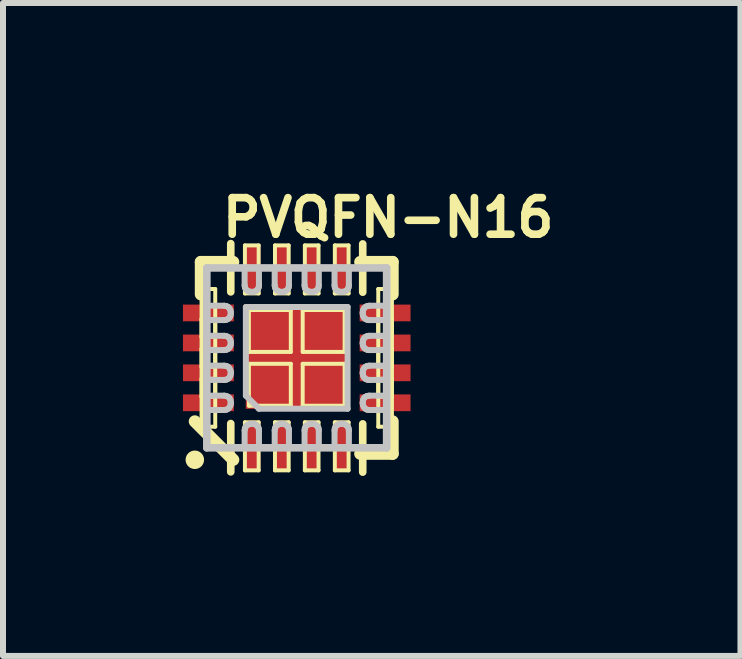
<source format=kicad_pcb>
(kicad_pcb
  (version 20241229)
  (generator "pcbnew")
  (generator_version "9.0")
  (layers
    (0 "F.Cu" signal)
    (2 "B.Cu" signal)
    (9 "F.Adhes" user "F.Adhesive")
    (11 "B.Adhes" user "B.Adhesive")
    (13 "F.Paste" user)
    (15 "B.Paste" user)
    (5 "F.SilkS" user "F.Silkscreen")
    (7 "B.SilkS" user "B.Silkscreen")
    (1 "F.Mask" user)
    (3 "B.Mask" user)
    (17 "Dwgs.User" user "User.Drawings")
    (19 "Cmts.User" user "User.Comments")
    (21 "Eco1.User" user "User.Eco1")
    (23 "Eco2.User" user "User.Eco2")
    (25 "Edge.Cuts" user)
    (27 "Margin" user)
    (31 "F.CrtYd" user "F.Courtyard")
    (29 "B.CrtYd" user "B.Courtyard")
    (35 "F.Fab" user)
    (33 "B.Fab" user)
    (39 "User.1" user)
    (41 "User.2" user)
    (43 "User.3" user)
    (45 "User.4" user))
  (footprint "PVQFN-N16"
    (layer "F.Cu")
    (at 1.897 2.916)
    (property "Reference" "PVQFN-N16" (at 1.524 -2.337 0) (layer "F.SilkS") (effects (font (size 0.61 0.61) (thickness 0.127))))
    (attr smd)
    (fp_line (start -1.699 1.059) (end -1.059 1.699) (stroke (width 0.203) (type solid)) (layer "F.SilkS"))
    (fp_line (start -1.598 -1.059) (end -1.598 -1.598) (stroke (width 0.203) (type solid)) (layer "F.SilkS"))
    (fp_line (start -1.587 -1.148) (end -1.359 -1.148) (stroke (width 0.066) (type solid)) (layer "F.SilkS"))
    (fp_line (start -1.587 -0.648) (end -1.359 -0.648) (stroke (width 0.066) (type solid)) (layer "F.SilkS"))
    (fp_line (start -1.587 -0.348) (end -1.587 -1.148) (stroke (width 0.066) (type solid)) (layer "F.SilkS"))
    (fp_line (start -1.587 -0.348) (end -1.359 -0.348) (stroke (width 0.066) (type solid)) (layer "F.SilkS"))
    (fp_line (start -1.587 -0.15) (end -1.359 -0.15) (stroke (width 0.066) (type solid)) (layer "F.SilkS"))
    (fp_line (start -1.587 0.15) (end -1.587 -0.648) (stroke (width 0.066) (type solid)) (layer "F.SilkS"))
    (fp_line (start -1.587 0.15) (end -1.359 0.15) (stroke (width 0.066) (type solid)) (layer "F.SilkS"))
    (fp_line (start -1.587 0.348) (end -1.359 0.348) (stroke (width 0.066) (type solid)) (layer "F.SilkS"))
    (fp_line (start -1.587 0.648) (end -1.587 -0.15) (stroke (width 0.066) (type solid)) (layer "F.SilkS"))
    (fp_line (start -1.587 0.648) (end -1.359 0.648) (stroke (width 0.066) (type solid)) (layer "F.SilkS"))
    (fp_line (start -1.587 1.148) (end -1.587 0.348) (stroke (width 0.066) (type solid)) (layer "F.SilkS"))
    (fp_line (start -1.587 1.148) (end -1.359 1.148) (stroke (width 0.066) (type solid)) (layer "F.SilkS"))
    (fp_line (start -1.359 -0.348) (end -1.359 -1.148) (stroke (width 0.066) (type solid)) (layer "F.SilkS"))
    (fp_line (start -1.359 0.15) (end -1.359 -0.648) (stroke (width 0.066) (type solid)) (layer "F.SilkS"))
    (fp_line (start -1.359 0.648) (end -1.359 -0.15) (stroke (width 0.066) (type solid)) (layer "F.SilkS"))
    (fp_line (start -1.359 1.148) (end -1.359 0.348) (stroke (width 0.066) (type solid)) (layer "F.SilkS"))
    (fp_line (start -1.1 -1.905) (end -1.1 -1.1) (stroke (width 0.127) (type solid)) (layer "F.SilkS"))
    (fp_line (start -1.1 1.095) (end -1.1 1.9) (stroke (width 0.127) (type solid)) (layer "F.SilkS"))
    (fp_line (start -1.059 -1.598) (end -1.598 -1.598) (stroke (width 0.203) (type solid)) (layer "F.SilkS"))
    (fp_line (start -0.864 -1.875) (end -0.635 -1.875) (stroke (width 0.066) (type solid)) (layer "F.SilkS"))
    (fp_line (start -0.864 -1.074) (end -0.864 -1.875) (stroke (width 0.066) (type solid)) (layer "F.SilkS"))
    (fp_line (start -0.864 -1.074) (end -0.635 -1.074) (stroke (width 0.066) (type solid)) (layer "F.SilkS"))
    (fp_line (start -0.864 1.074) (end -0.635 1.074) (stroke (width 0.066) (type solid)) (layer "F.SilkS"))
    (fp_line (start -0.864 1.875) (end -0.864 1.074) (stroke (width 0.066) (type solid)) (layer "F.SilkS"))
    (fp_line (start -0.864 1.875) (end -0.635 1.875) (stroke (width 0.066) (type solid)) (layer "F.SilkS"))
    (fp_line (start -0.798 -0.798) (end -0.099 -0.798) (stroke (width 0.066) (type solid)) (layer "F.SilkS"))
    (fp_line (start -0.798 -0.099) (end -0.798 -0.798) (stroke (width 0.066) (type solid)) (layer "F.SilkS"))
    (fp_line (start -0.798 -0.099) (end -0.099 -0.099) (stroke (width 0.066) (type solid)) (layer "F.SilkS"))
    (fp_line (start -0.798 0.099) (end -0.099 0.099) (stroke (width 0.066) (type solid)) (layer "F.SilkS"))
    (fp_line (start -0.798 0.798) (end -0.798 0.099) (stroke (width 0.066) (type solid)) (layer "F.SilkS"))
    (fp_line (start -0.798 0.798) (end -0.099 0.798) (stroke (width 0.066) (type solid)) (layer "F.SilkS"))
    (fp_line (start -0.635 -1.074) (end -0.635 -1.875) (stroke (width 0.066) (type solid)) (layer "F.SilkS"))
    (fp_line (start -0.635 1.875) (end -0.635 1.074) (stroke (width 0.066) (type solid)) (layer "F.SilkS"))
    (fp_line (start -0.363 -1.875) (end -0.135 -1.875) (stroke (width 0.066) (type solid)) (layer "F.SilkS"))
    (fp_line (start -0.363 -1.074) (end -0.363 -1.875) (stroke (width 0.066) (type solid)) (layer "F.SilkS"))
    (fp_line (start -0.363 -1.074) (end -0.135 -1.074) (stroke (width 0.066) (type solid)) (layer "F.SilkS"))
    (fp_line (start -0.363 1.074) (end -0.135 1.074) (stroke (width 0.066) (type solid)) (layer "F.SilkS"))
    (fp_line (start -0.363 1.875) (end -0.363 1.074) (stroke (width 0.066) (type solid)) (layer "F.SilkS"))
    (fp_line (start -0.363 1.875) (end -0.135 1.875) (stroke (width 0.066) (type solid)) (layer "F.SilkS"))
    (fp_line (start -0.135 -1.074) (end -0.135 -1.875) (stroke (width 0.066) (type solid)) (layer "F.SilkS"))
    (fp_line (start -0.135 1.875) (end -0.135 1.074) (stroke (width 0.066) (type solid)) (layer "F.SilkS"))
    (fp_line (start -0.099 -0.099) (end -0.099 -0.798) (stroke (width 0.066) (type solid)) (layer "F.SilkS"))
    (fp_line (start -0.099 0.798) (end -0.099 0.099) (stroke (width 0.066) (type solid)) (layer "F.SilkS"))
    (fp_line (start 0.099 -0.798) (end 0.798 -0.798) (stroke (width 0.066) (type solid)) (layer "F.SilkS"))
    (fp_line (start 0.099 -0.099) (end 0.099 -0.798) (stroke (width 0.066) (type solid)) (layer "F.SilkS"))
    (fp_line (start 0.099 -0.099) (end 0.798 -0.099) (stroke (width 0.066) (type solid)) (layer "F.SilkS"))
    (fp_line (start 0.099 0.099) (end 0.798 0.099) (stroke (width 0.066) (type solid)) (layer "F.SilkS"))
    (fp_line (start 0.099 0.798) (end 0.099 0.099) (stroke (width 0.066) (type solid)) (layer "F.SilkS"))
    (fp_line (start 0.099 0.798) (end 0.798 0.798) (stroke (width 0.066) (type solid)) (layer "F.SilkS"))
    (fp_line (start 0.135 -1.875) (end 0.363 -1.875) (stroke (width 0.066) (type solid)) (layer "F.SilkS"))
    (fp_line (start 0.135 -1.074) (end 0.135 -1.875) (stroke (width 0.066) (type solid)) (layer "F.SilkS"))
    (fp_line (start 0.135 -1.074) (end 0.363 -1.074) (stroke (width 0.066) (type solid)) (layer "F.SilkS"))
    (fp_line (start 0.135 1.074) (end 0.363 1.074) (stroke (width 0.066) (type solid)) (layer "F.SilkS"))
    (fp_line (start 0.135 1.875) (end 0.135 1.074) (stroke (width 0.066) (type solid)) (layer "F.SilkS"))
    (fp_line (start 0.135 1.875) (end 0.363 1.875) (stroke (width 0.066) (type solid)) (layer "F.SilkS"))
    (fp_line (start 0.363 -1.074) (end 0.363 -1.875) (stroke (width 0.066) (type solid)) (layer "F.SilkS"))
    (fp_line (start 0.363 1.875) (end 0.363 1.074) (stroke (width 0.066) (type solid)) (layer "F.SilkS"))
    (fp_line (start 0.635 -1.875) (end 0.864 -1.875) (stroke (width 0.066) (type solid)) (layer "F.SilkS"))
    (fp_line (start 0.635 -1.074) (end 0.635 -1.875) (stroke (width 0.066) (type solid)) (layer "F.SilkS"))
    (fp_line (start 0.635 -1.074) (end 0.864 -1.074) (stroke (width 0.066) (type solid)) (layer "F.SilkS"))
    (fp_line (start 0.635 1.074) (end 0.864 1.074) (stroke (width 0.066) (type solid)) (layer "F.SilkS"))
    (fp_line (start 0.635 1.875) (end 0.635 1.074) (stroke (width 0.066) (type solid)) (layer "F.SilkS"))
    (fp_line (start 0.635 1.875) (end 0.864 1.875) (stroke (width 0.066) (type solid)) (layer "F.SilkS"))
    (fp_line (start 0.798 -0.099) (end 0.798 -0.798) (stroke (width 0.066) (type solid)) (layer "F.SilkS"))
    (fp_line (start 0.798 0.798) (end 0.798 0.099) (stroke (width 0.066) (type solid)) (layer "F.SilkS"))
    (fp_line (start 0.864 -1.074) (end 0.864 -1.875) (stroke (width 0.066) (type solid)) (layer "F.SilkS"))
    (fp_line (start 0.864 1.875) (end 0.864 1.074) (stroke (width 0.066) (type solid)) (layer "F.SilkS"))
    (fp_line (start 1.059 -1.598) (end 1.598 -1.598) (stroke (width 0.203) (type solid)) (layer "F.SilkS"))
    (fp_line (start 1.059 1.598) (end 1.598 1.598) (stroke (width 0.203) (type solid)) (layer "F.SilkS"))
    (fp_line (start 1.1 -1.095) (end 1.1 -1.9) (stroke (width 0.127) (type solid)) (layer "F.SilkS"))
    (fp_line (start 1.1 1.905) (end 1.1 1.1) (stroke (width 0.127) (type solid)) (layer "F.SilkS"))
    (fp_line (start 1.359 -1.148) (end 1.587 -1.148) (stroke (width 0.066) (type solid)) (layer "F.SilkS"))
    (fp_line (start 1.359 -0.648) (end 1.587 -0.648) (stroke (width 0.066) (type solid)) (layer "F.SilkS"))
    (fp_line (start 1.359 -0.348) (end 1.359 -1.148) (stroke (width 0.066) (type solid)) (layer "F.SilkS"))
    (fp_line (start 1.359 -0.348) (end 1.587 -0.348) (stroke (width 0.066) (type solid)) (layer "F.SilkS"))
    (fp_line (start 1.359 -0.15) (end 1.587 -0.15) (stroke (width 0.066) (type solid)) (layer "F.SilkS"))
    (fp_line (start 1.359 0.15) (end 1.359 -0.648) (stroke (width 0.066) (type solid)) (layer "F.SilkS"))
    (fp_line (start 1.359 0.15) (end 1.587 0.15) (stroke (width 0.066) (type solid)) (layer "F.SilkS"))
    (fp_line (start 1.359 0.348) (end 1.587 0.348) (stroke (width 0.066) (type solid)) (layer "F.SilkS"))
    (fp_line (start 1.359 0.648) (end 1.359 -0.15) (stroke (width 0.066) (type solid)) (layer "F.SilkS"))
    (fp_line (start 1.359 0.648) (end 1.587 0.648) (stroke (width 0.066) (type solid)) (layer "F.SilkS"))
    (fp_line (start 1.359 1.148) (end 1.359 0.348) (stroke (width 0.066) (type solid)) (layer "F.SilkS"))
    (fp_line (start 1.359 1.148) (end 1.587 1.148) (stroke (width 0.066) (type solid)) (layer "F.SilkS"))
    (fp_line (start 1.587 -0.348) (end 1.587 -1.148) (stroke (width 0.066) (type solid)) (layer "F.SilkS"))
    (fp_line (start 1.587 0.15) (end 1.587 -0.648) (stroke (width 0.066) (type solid)) (layer "F.SilkS"))
    (fp_line (start 1.587 0.648) (end 1.587 -0.15) (stroke (width 0.066) (type solid)) (layer "F.SilkS"))
    (fp_line (start 1.587 1.148) (end 1.587 0.348) (stroke (width 0.066) (type solid)) (layer "F.SilkS"))
    (fp_line (start 1.598 -1.059) (end 1.598 -1.598) (stroke (width 0.203) (type solid)) (layer "F.SilkS"))
    (fp_line (start 1.598 1.059) (end 1.598 1.598) (stroke (width 0.203) (type solid)) (layer "F.SilkS"))
    (fp_circle (center -1.699 1.699) (end -1.808 1.808) (stroke (width 0) (type solid)) (fill yes) (layer "F.SilkS"))
    (fp_line (start -1.499 -1.499) (end -1.499 1.499) (stroke (width 0.127) (type solid)) (layer "Dwgs.User"))
    (fp_line (start -1.499 -0.869) (end -1.499 -0.63) (stroke (width 0.1) (type solid)) (layer "Dwgs.User"))
    (fp_line (start -1.499 -0.63) (end -1.209 -0.63) (stroke (width 0.1) (type solid)) (layer "Dwgs.User"))
    (fp_line (start -1.499 -0.368) (end -1.499 -0.13) (stroke (width 0.1) (type solid)) (layer "Dwgs.User"))
    (fp_line (start -1.499 -0.13) (end -1.209 -0.13) (stroke (width 0.1) (type solid)) (layer "Dwgs.User"))
    (fp_line (start -1.499 0.13) (end -1.499 0.368) (stroke (width 0.1) (type solid)) (layer "Dwgs.User"))
    (fp_line (start -1.499 0.368) (end -1.209 0.368) (stroke (width 0.1) (type solid)) (layer "Dwgs.User"))
    (fp_line (start -1.499 0.63) (end -1.499 0.869) (stroke (width 0.1) (type solid)) (layer "Dwgs.User"))
    (fp_line (start -1.499 0.869) (end -1.209 0.869) (stroke (width 0.1) (type solid)) (layer "Dwgs.User"))
    (fp_line (start -1.499 1.499) (end 1.499 1.499) (stroke (width 0.127) (type solid)) (layer "Dwgs.User"))
    (fp_line (start -1.209 -0.869) (end -1.499 -0.869) (stroke (width 0.1) (type solid)) (layer "Dwgs.User"))
    (fp_line (start -1.209 -0.63) (end -1.173 -0.635) (stroke (width 0.1) (type solid)) (layer "Dwgs.User"))
    (fp_line (start -1.209 -0.368) (end -1.499 -0.368) (stroke (width 0.1) (type solid)) (layer "Dwgs.User"))
    (fp_line (start -1.209 -0.13) (end -1.173 -0.135) (stroke (width 0.1) (type solid)) (layer "Dwgs.User"))
    (fp_line (start -1.209 0.13) (end -1.499 0.13) (stroke (width 0.1) (type solid)) (layer "Dwgs.User"))
    (fp_line (start -1.209 0.368) (end -1.173 0.363) (stroke (width 0.1) (type solid)) (layer "Dwgs.User"))
    (fp_line (start -1.209 0.63) (end -1.499 0.63) (stroke (width 0.1) (type solid)) (layer "Dwgs.User"))
    (fp_line (start -1.209 0.869) (end -1.173 0.864) (stroke (width 0.1) (type solid)) (layer "Dwgs.User"))
    (fp_line (start -1.173 -0.864) (end -1.209 -0.869) (stroke (width 0.1) (type solid)) (layer "Dwgs.User"))
    (fp_line (start -1.173 -0.635) (end -1.143 -0.65) (stroke (width 0.1) (type solid)) (layer "Dwgs.User"))
    (fp_line (start -1.173 -0.363) (end -1.209 -0.368) (stroke (width 0.1) (type solid)) (layer "Dwgs.User"))
    (fp_line (start -1.173 -0.135) (end -1.143 -0.15) (stroke (width 0.1) (type solid)) (layer "Dwgs.User"))
    (fp_line (start -1.173 0.135) (end -1.209 0.13) (stroke (width 0.1) (type solid)) (layer "Dwgs.User"))
    (fp_line (start -1.173 0.363) (end -1.143 0.348) (stroke (width 0.1) (type solid)) (layer "Dwgs.User"))
    (fp_line (start -1.173 0.635) (end -1.209 0.63) (stroke (width 0.1) (type solid)) (layer "Dwgs.User"))
    (fp_line (start -1.173 0.864) (end -1.143 0.848) (stroke (width 0.1) (type solid)) (layer "Dwgs.User"))
    (fp_line (start -1.143 -0.848) (end -1.173 -0.864) (stroke (width 0.1) (type solid)) (layer "Dwgs.User"))
    (fp_line (start -1.143 -0.65) (end -1.12 -0.673) (stroke (width 0.1) (type solid)) (layer "Dwgs.User"))
    (fp_line (start -1.143 -0.348) (end -1.173 -0.363) (stroke (width 0.1) (type solid)) (layer "Dwgs.User"))
    (fp_line (start -1.143 -0.15) (end -1.12 -0.175) (stroke (width 0.1) (type solid)) (layer "Dwgs.User"))
    (fp_line (start -1.143 0.15) (end -1.173 0.135) (stroke (width 0.1) (type solid)) (layer "Dwgs.User"))
    (fp_line (start -1.143 0.348) (end -1.12 0.323) (stroke (width 0.1) (type solid)) (layer "Dwgs.User"))
    (fp_line (start -1.143 0.65) (end -1.173 0.635) (stroke (width 0.1) (type solid)) (layer "Dwgs.User"))
    (fp_line (start -1.143 0.848) (end -1.12 0.823) (stroke (width 0.1) (type solid)) (layer "Dwgs.User"))
    (fp_line (start -1.12 -0.823) (end -1.143 -0.848) (stroke (width 0.1) (type solid)) (layer "Dwgs.User"))
    (fp_line (start -1.12 -0.673) (end -1.105 -0.704) (stroke (width 0.1) (type solid)) (layer "Dwgs.User"))
    (fp_line (start -1.12 -0.323) (end -1.143 -0.348) (stroke (width 0.1) (type solid)) (layer "Dwgs.User"))
    (fp_line (start -1.12 -0.175) (end -1.105 -0.206) (stroke (width 0.1) (type solid)) (layer "Dwgs.User"))
    (fp_line (start -1.12 0.175) (end -1.143 0.15) (stroke (width 0.1) (type solid)) (layer "Dwgs.User"))
    (fp_line (start -1.12 0.323) (end -1.105 0.292) (stroke (width 0.1) (type solid)) (layer "Dwgs.User"))
    (fp_line (start -1.12 0.673) (end -1.143 0.65) (stroke (width 0.1) (type solid)) (layer "Dwgs.User"))
    (fp_line (start -1.12 0.823) (end -1.105 0.792) (stroke (width 0.1) (type solid)) (layer "Dwgs.User"))
    (fp_line (start -1.105 -0.792) (end -1.12 -0.823) (stroke (width 0.1) (type solid)) (layer "Dwgs.User"))
    (fp_line (start -1.105 -0.704) (end -1.1 -0.739) (stroke (width 0.1) (type solid)) (layer "Dwgs.User"))
    (fp_line (start -1.105 -0.292) (end -1.12 -0.323) (stroke (width 0.1) (type solid)) (layer "Dwgs.User"))
    (fp_line (start -1.105 -0.206) (end -1.1 -0.239) (stroke (width 0.1) (type solid)) (layer "Dwgs.User"))
    (fp_line (start -1.105 0.206) (end -1.12 0.175) (stroke (width 0.1) (type solid)) (layer "Dwgs.User"))
    (fp_line (start -1.105 0.292) (end -1.1 0.259) (stroke (width 0.1) (type solid)) (layer "Dwgs.User"))
    (fp_line (start -1.105 0.704) (end -1.12 0.673) (stroke (width 0.1) (type solid)) (layer "Dwgs.User"))
    (fp_line (start -1.105 0.792) (end -1.1 0.759) (stroke (width 0.1) (type solid)) (layer "Dwgs.User"))
    (fp_line (start -1.1 -0.759) (end -1.105 -0.792) (stroke (width 0.1) (type solid)) (layer "Dwgs.User"))
    (fp_line (start -1.1 -0.739) (end -1.1 -0.759) (stroke (width 0.1) (type solid)) (layer "Dwgs.User"))
    (fp_line (start -1.1 -0.259) (end -1.105 -0.292) (stroke (width 0.1) (type solid)) (layer "Dwgs.User"))
    (fp_line (start -1.1 -0.239) (end -1.1 -0.259) (stroke (width 0.1) (type solid)) (layer "Dwgs.User"))
    (fp_line (start -1.1 0.239) (end -1.105 0.206) (stroke (width 0.1) (type solid)) (layer "Dwgs.User"))
    (fp_line (start -1.1 0.259) (end -1.1 0.239) (stroke (width 0.1) (type solid)) (layer "Dwgs.User"))
    (fp_line (start -1.1 0.739) (end -1.105 0.704) (stroke (width 0.1) (type solid)) (layer "Dwgs.User"))
    (fp_line (start -1.1 0.759) (end -1.1 0.739) (stroke (width 0.1) (type solid)) (layer "Dwgs.User"))
    (fp_line (start -0.869 -1.499) (end -0.869 -1.209) (stroke (width 0.1) (type solid)) (layer "Dwgs.User"))
    (fp_line (start -0.869 -1.209) (end -0.864 -1.173) (stroke (width 0.1) (type solid)) (layer "Dwgs.User"))
    (fp_line (start -0.869 1.209) (end -0.869 1.499) (stroke (width 0.1) (type solid)) (layer "Dwgs.User"))
    (fp_line (start -0.869 1.499) (end -0.63 1.499) (stroke (width 0.1) (type solid)) (layer "Dwgs.User"))
    (fp_line (start -0.864 -1.173) (end -0.848 -1.143) (stroke (width 0.1) (type solid)) (layer "Dwgs.User"))
    (fp_line (start -0.864 1.173) (end -0.869 1.209) (stroke (width 0.1) (type solid)) (layer "Dwgs.User"))
    (fp_line (start -0.848 -1.143) (end -0.823 -1.12) (stroke (width 0.1) (type solid)) (layer "Dwgs.User"))
    (fp_line (start -0.848 -0.848) (end -0.848 0.63) (stroke (width 0.1) (type solid)) (layer "Dwgs.User"))
    (fp_line (start -0.848 0.63) (end -0.63 0.848) (stroke (width 0.1) (type solid)) (layer "Dwgs.User"))
    (fp_line (start -0.848 1.143) (end -0.864 1.173) (stroke (width 0.1) (type solid)) (layer "Dwgs.User"))
    (fp_line (start -0.823 -1.12) (end -0.792 -1.105) (stroke (width 0.1) (type solid)) (layer "Dwgs.User"))
    (fp_line (start -0.823 1.12) (end -0.848 1.143) (stroke (width 0.1) (type solid)) (layer "Dwgs.User"))
    (fp_line (start -0.792 -1.105) (end -0.759 -1.1) (stroke (width 0.1) (type solid)) (layer "Dwgs.User"))
    (fp_line (start -0.792 1.105) (end -0.823 1.12) (stroke (width 0.1) (type solid)) (layer "Dwgs.User"))
    (fp_line (start -0.759 -1.1) (end -0.739 -1.1) (stroke (width 0.1) (type solid)) (layer "Dwgs.User"))
    (fp_line (start -0.759 1.1) (end -0.792 1.105) (stroke (width 0.1) (type solid)) (layer "Dwgs.User"))
    (fp_line (start -0.739 -1.1) (end -0.704 -1.105) (stroke (width 0.1) (type solid)) (layer "Dwgs.User"))
    (fp_line (start -0.739 1.1) (end -0.759 1.1) (stroke (width 0.1) (type solid)) (layer "Dwgs.User"))
    (fp_line (start -0.704 -1.105) (end -0.673 -1.12) (stroke (width 0.1) (type solid)) (layer "Dwgs.User"))
    (fp_line (start -0.704 1.105) (end -0.739 1.1) (stroke (width 0.1) (type solid)) (layer "Dwgs.User"))
    (fp_line (start -0.673 -1.12) (end -0.65 -1.143) (stroke (width 0.1) (type solid)) (layer "Dwgs.User"))
    (fp_line (start -0.673 1.12) (end -0.704 1.105) (stroke (width 0.1) (type solid)) (layer "Dwgs.User"))
    (fp_line (start -0.65 -1.143) (end -0.635 -1.173) (stroke (width 0.1) (type solid)) (layer "Dwgs.User"))
    (fp_line (start -0.65 1.143) (end -0.673 1.12) (stroke (width 0.1) (type solid)) (layer "Dwgs.User"))
    (fp_line (start -0.635 -1.173) (end -0.63 -1.209) (stroke (width 0.1) (type solid)) (layer "Dwgs.User"))
    (fp_line (start -0.635 1.173) (end -0.65 1.143) (stroke (width 0.1) (type solid)) (layer "Dwgs.User"))
    (fp_line (start -0.63 -1.499) (end -0.869 -1.499) (stroke (width 0.1) (type solid)) (layer "Dwgs.User"))
    (fp_line (start -0.63 -1.209) (end -0.63 -1.499) (stroke (width 0.1) (type solid)) (layer "Dwgs.User"))
    (fp_line (start -0.63 0.848) (end 0.848 0.848) (stroke (width 0.1) (type solid)) (layer "Dwgs.User"))
    (fp_line (start -0.63 1.209) (end -0.635 1.173) (stroke (width 0.1) (type solid)) (layer "Dwgs.User"))
    (fp_line (start -0.63 1.499) (end -0.63 1.209) (stroke (width 0.1) (type solid)) (layer "Dwgs.User"))
    (fp_line (start -0.368 -1.499) (end -0.368 -1.209) (stroke (width 0.1) (type solid)) (layer "Dwgs.User"))
    (fp_line (start -0.368 -1.209) (end -0.363 -1.173) (stroke (width 0.1) (type solid)) (layer "Dwgs.User"))
    (fp_line (start -0.368 1.209) (end -0.368 1.499) (stroke (width 0.1) (type solid)) (layer "Dwgs.User"))
    (fp_line (start -0.368 1.499) (end -0.13 1.499) (stroke (width 0.1) (type solid)) (layer "Dwgs.User"))
    (fp_line (start -0.363 -1.173) (end -0.348 -1.143) (stroke (width 0.1) (type solid)) (layer "Dwgs.User"))
    (fp_line (start -0.363 1.173) (end -0.368 1.209) (stroke (width 0.1) (type solid)) (layer "Dwgs.User"))
    (fp_line (start -0.348 -1.143) (end -0.323 -1.12) (stroke (width 0.1) (type solid)) (layer "Dwgs.User"))
    (fp_line (start -0.348 1.143) (end -0.363 1.173) (stroke (width 0.1) (type solid)) (layer "Dwgs.User"))
    (fp_line (start -0.323 -1.12) (end -0.292 -1.105) (stroke (width 0.1) (type solid)) (layer "Dwgs.User"))
    (fp_line (start -0.323 1.12) (end -0.348 1.143) (stroke (width 0.1) (type solid)) (layer "Dwgs.User"))
    (fp_line (start -0.292 -1.105) (end -0.259 -1.1) (stroke (width 0.1) (type solid)) (layer "Dwgs.User"))
    (fp_line (start -0.292 1.105) (end -0.323 1.12) (stroke (width 0.1) (type solid)) (layer "Dwgs.User"))
    (fp_line (start -0.259 -1.1) (end -0.239 -1.1) (stroke (width 0.1) (type solid)) (layer "Dwgs.User"))
    (fp_line (start -0.259 1.1) (end -0.292 1.105) (stroke (width 0.1) (type solid)) (layer "Dwgs.User"))
    (fp_line (start -0.239 -1.1) (end -0.206 -1.105) (stroke (width 0.1) (type solid)) (layer "Dwgs.User"))
    (fp_line (start -0.239 1.1) (end -0.259 1.1) (stroke (width 0.1) (type solid)) (layer "Dwgs.User"))
    (fp_line (start -0.206 -1.105) (end -0.175 -1.12) (stroke (width 0.1) (type solid)) (layer "Dwgs.User"))
    (fp_line (start -0.206 1.105) (end -0.239 1.1) (stroke (width 0.1) (type solid)) (layer "Dwgs.User"))
    (fp_line (start -0.175 -1.12) (end -0.15 -1.143) (stroke (width 0.1) (type solid)) (layer "Dwgs.User"))
    (fp_line (start -0.175 1.12) (end -0.206 1.105) (stroke (width 0.1) (type solid)) (layer "Dwgs.User"))
    (fp_line (start -0.15 -1.143) (end -0.135 -1.173) (stroke (width 0.1) (type solid)) (layer "Dwgs.User"))
    (fp_line (start -0.15 1.143) (end -0.175 1.12) (stroke (width 0.1) (type solid)) (layer "Dwgs.User"))
    (fp_line (start -0.135 -1.173) (end -0.13 -1.209) (stroke (width 0.1) (type solid)) (layer "Dwgs.User"))
    (fp_line (start -0.135 1.173) (end -0.15 1.143) (stroke (width 0.1) (type solid)) (layer "Dwgs.User"))
    (fp_line (start -0.13 -1.499) (end -0.368 -1.499) (stroke (width 0.1) (type solid)) (layer "Dwgs.User"))
    (fp_line (start -0.13 -1.209) (end -0.13 -1.499) (stroke (width 0.1) (type solid)) (layer "Dwgs.User"))
    (fp_line (start -0.13 1.209) (end -0.135 1.173) (stroke (width 0.1) (type solid)) (layer "Dwgs.User"))
    (fp_line (start -0.13 1.499) (end -0.13 1.209) (stroke (width 0.1) (type solid)) (layer "Dwgs.User"))
    (fp_line (start 0.13 -1.499) (end 0.13 -1.209) (stroke (width 0.1) (type solid)) (layer "Dwgs.User"))
    (fp_line (start 0.13 -1.209) (end 0.135 -1.173) (stroke (width 0.1) (type solid)) (layer "Dwgs.User"))
    (fp_line (start 0.13 1.209) (end 0.13 1.499) (stroke (width 0.1) (type solid)) (layer "Dwgs.User"))
    (fp_line (start 0.13 1.499) (end 0.368 1.499) (stroke (width 0.1) (type solid)) (layer "Dwgs.User"))
    (fp_line (start 0.135 -1.173) (end 0.15 -1.143) (stroke (width 0.1) (type solid)) (layer "Dwgs.User"))
    (fp_line (start 0.135 1.173) (end 0.13 1.209) (stroke (width 0.1) (type solid)) (layer "Dwgs.User"))
    (fp_line (start 0.15 -1.143) (end 0.175 -1.12) (stroke (width 0.1) (type solid)) (layer "Dwgs.User"))
    (fp_line (start 0.15 1.143) (end 0.135 1.173) (stroke (width 0.1) (type solid)) (layer "Dwgs.User"))
    (fp_line (start 0.175 -1.12) (end 0.206 -1.105) (stroke (width 0.1) (type solid)) (layer "Dwgs.User"))
    (fp_line (start 0.175 1.12) (end 0.15 1.143) (stroke (width 0.1) (type solid)) (layer "Dwgs.User"))
    (fp_line (start 0.206 -1.105) (end 0.239 -1.1) (stroke (width 0.1) (type solid)) (layer "Dwgs.User"))
    (fp_line (start 0.206 1.105) (end 0.175 1.12) (stroke (width 0.1) (type solid)) (layer "Dwgs.User"))
    (fp_line (start 0.239 -1.1) (end 0.259 -1.1) (stroke (width 0.1) (type solid)) (layer "Dwgs.User"))
    (fp_line (start 0.239 1.1) (end 0.206 1.105) (stroke (width 0.1) (type solid)) (layer "Dwgs.User"))
    (fp_line (start 0.259 -1.1) (end 0.292 -1.105) (stroke (width 0.1) (type solid)) (layer "Dwgs.User"))
    (fp_line (start 0.259 1.1) (end 0.239 1.1) (stroke (width 0.1) (type solid)) (layer "Dwgs.User"))
    (fp_line (start 0.292 -1.105) (end 0.323 -1.12) (stroke (width 0.1) (type solid)) (layer "Dwgs.User"))
    (fp_line (start 0.292 1.105) (end 0.259 1.1) (stroke (width 0.1) (type solid)) (layer "Dwgs.User"))
    (fp_line (start 0.323 -1.12) (end 0.348 -1.143) (stroke (width 0.1) (type solid)) (layer "Dwgs.User"))
    (fp_line (start 0.323 1.12) (end 0.292 1.105) (stroke (width 0.1) (type solid)) (layer "Dwgs.User"))
    (fp_line (start 0.348 -1.143) (end 0.363 -1.173) (stroke (width 0.1) (type solid)) (layer "Dwgs.User"))
    (fp_line (start 0.348 1.143) (end 0.323 1.12) (stroke (width 0.1) (type solid)) (layer "Dwgs.User"))
    (fp_line (start 0.363 -1.173) (end 0.368 -1.209) (stroke (width 0.1) (type solid)) (layer "Dwgs.User"))
    (fp_line (start 0.363 1.173) (end 0.348 1.143) (stroke (width 0.1) (type solid)) (layer "Dwgs.User"))
    (fp_line (start 0.368 -1.499) (end 0.13 -1.499) (stroke (width 0.1) (type solid)) (layer "Dwgs.User"))
    (fp_line (start 0.368 -1.209) (end 0.368 -1.499) (stroke (width 0.1) (type solid)) (layer "Dwgs.User"))
    (fp_line (start 0.368 1.209) (end 0.363 1.173) (stroke (width 0.1) (type solid)) (layer "Dwgs.User"))
    (fp_line (start 0.368 1.499) (end 0.368 1.209) (stroke (width 0.1) (type solid)) (layer "Dwgs.User"))
    (fp_line (start 0.63 -1.499) (end 0.63 -1.209) (stroke (width 0.1) (type solid)) (layer "Dwgs.User"))
    (fp_line (start 0.63 -1.209) (end 0.635 -1.173) (stroke (width 0.1) (type solid)) (layer "Dwgs.User"))
    (fp_line (start 0.63 1.209) (end 0.63 1.499) (stroke (width 0.1) (type solid)) (layer "Dwgs.User"))
    (fp_line (start 0.63 1.499) (end 0.869 1.499) (stroke (width 0.1) (type solid)) (layer "Dwgs.User"))
    (fp_line (start 0.635 -1.173) (end 0.65 -1.143) (stroke (width 0.1) (type solid)) (layer "Dwgs.User"))
    (fp_line (start 0.635 1.173) (end 0.63 1.209) (stroke (width 0.1) (type solid)) (layer "Dwgs.User"))
    (fp_line (start 0.65 -1.143) (end 0.673 -1.12) (stroke (width 0.1) (type solid)) (layer "Dwgs.User"))
    (fp_line (start 0.65 1.143) (end 0.635 1.173) (stroke (width 0.1) (type solid)) (layer "Dwgs.User"))
    (fp_line (start 0.673 -1.12) (end 0.704 -1.105) (stroke (width 0.1) (type solid)) (layer "Dwgs.User"))
    (fp_line (start 0.673 1.12) (end 0.65 1.143) (stroke (width 0.1) (type solid)) (layer "Dwgs.User"))
    (fp_line (start 0.704 -1.105) (end 0.739 -1.1) (stroke (width 0.1) (type solid)) (layer "Dwgs.User"))
    (fp_line (start 0.704 1.105) (end 0.673 1.12) (stroke (width 0.1) (type solid)) (layer "Dwgs.User"))
    (fp_line (start 0.739 -1.1) (end 0.759 -1.1) (stroke (width 0.1) (type solid)) (layer "Dwgs.User"))
    (fp_line (start 0.739 1.1) (end 0.704 1.105) (stroke (width 0.1) (type solid)) (layer "Dwgs.User"))
    (fp_line (start 0.759 -1.1) (end 0.792 -1.105) (stroke (width 0.1) (type solid)) (layer "Dwgs.User"))
    (fp_line (start 0.759 1.1) (end 0.739 1.1) (stroke (width 0.1) (type solid)) (layer "Dwgs.User"))
    (fp_line (start 0.792 -1.105) (end 0.823 -1.12) (stroke (width 0.1) (type solid)) (layer "Dwgs.User"))
    (fp_line (start 0.792 1.105) (end 0.759 1.1) (stroke (width 0.1) (type solid)) (layer "Dwgs.User"))
    (fp_line (start 0.823 -1.12) (end 0.848 -1.143) (stroke (width 0.1) (type solid)) (layer "Dwgs.User"))
    (fp_line (start 0.823 1.12) (end 0.792 1.105) (stroke (width 0.1) (type solid)) (layer "Dwgs.User"))
    (fp_line (start 0.848 -1.143) (end 0.864 -1.173) (stroke (width 0.1) (type solid)) (layer "Dwgs.User"))
    (fp_line (start 0.848 -0.848) (end -0.848 -0.848) (stroke (width 0.1) (type solid)) (layer "Dwgs.User"))
    (fp_line (start 0.848 0.848) (end 0.848 -0.848) (stroke (width 0.1) (type solid)) (layer "Dwgs.User"))
    (fp_line (start 0.848 1.143) (end 0.823 1.12) (stroke (width 0.1) (type solid)) (layer "Dwgs.User"))
    (fp_line (start 0.864 -1.173) (end 0.869 -1.209) (stroke (width 0.1) (type solid)) (layer "Dwgs.User"))
    (fp_line (start 0.864 1.173) (end 0.848 1.143) (stroke (width 0.1) (type solid)) (layer "Dwgs.User"))
    (fp_line (start 0.869 -1.499) (end 0.63 -1.499) (stroke (width 0.1) (type solid)) (layer "Dwgs.User"))
    (fp_line (start 0.869 -1.209) (end 0.869 -1.499) (stroke (width 0.1) (type solid)) (layer "Dwgs.User"))
    (fp_line (start 0.869 1.209) (end 0.864 1.173) (stroke (width 0.1) (type solid)) (layer "Dwgs.User"))
    (fp_line (start 0.869 1.499) (end 0.869 1.209) (stroke (width 0.1) (type solid)) (layer "Dwgs.User"))
    (fp_line (start 1.1 -0.759) (end 1.1 -0.739) (stroke (width 0.1) (type solid)) (layer "Dwgs.User"))
    (fp_line (start 1.1 -0.739) (end 1.105 -0.704) (stroke (width 0.1) (type solid)) (layer "Dwgs.User"))
    (fp_line (start 1.1 -0.259) (end 1.1 -0.239) (stroke (width 0.1) (type solid)) (layer "Dwgs.User"))
    (fp_line (start 1.1 -0.239) (end 1.105 -0.206) (stroke (width 0.1) (type solid)) (layer "Dwgs.User"))
    (fp_line (start 1.1 0.239) (end 1.1 0.259) (stroke (width 0.1) (type solid)) (layer "Dwgs.User"))
    (fp_line (start 1.1 0.259) (end 1.105 0.292) (stroke (width 0.1) (type solid)) (layer "Dwgs.User"))
    (fp_line (start 1.1 0.739) (end 1.1 0.759) (stroke (width 0.1) (type solid)) (layer "Dwgs.User"))
    (fp_line (start 1.1 0.759) (end 1.105 0.792) (stroke (width 0.1) (type solid)) (layer "Dwgs.User"))
    (fp_line (start 1.105 -0.792) (end 1.1 -0.759) (stroke (width 0.1) (type solid)) (layer "Dwgs.User"))
    (fp_line (start 1.105 -0.704) (end 1.12 -0.673) (stroke (width 0.1) (type solid)) (layer "Dwgs.User"))
    (fp_line (start 1.105 -0.292) (end 1.1 -0.259) (stroke (width 0.1) (type solid)) (layer "Dwgs.User"))
    (fp_line (start 1.105 -0.206) (end 1.12 -0.175) (stroke (width 0.1) (type solid)) (layer "Dwgs.User"))
    (fp_line (start 1.105 0.206) (end 1.1 0.239) (stroke (width 0.1) (type solid)) (layer "Dwgs.User"))
    (fp_line (start 1.105 0.292) (end 1.12 0.323) (stroke (width 0.1) (type solid)) (layer "Dwgs.User"))
    (fp_line (start 1.105 0.704) (end 1.1 0.739) (stroke (width 0.1) (type solid)) (layer "Dwgs.User"))
    (fp_line (start 1.105 0.792) (end 1.12 0.823) (stroke (width 0.1) (type solid)) (layer "Dwgs.User"))
    (fp_line (start 1.12 -0.823) (end 1.105 -0.792) (stroke (width 0.1) (type solid)) (layer "Dwgs.User"))
    (fp_line (start 1.12 -0.673) (end 1.143 -0.65) (stroke (width 0.1) (type solid)) (layer "Dwgs.User"))
    (fp_line (start 1.12 -0.323) (end 1.105 -0.292) (stroke (width 0.1) (type solid)) (layer "Dwgs.User"))
    (fp_line (start 1.12 -0.175) (end 1.143 -0.15) (stroke (width 0.1) (type solid)) (layer "Dwgs.User"))
    (fp_line (start 1.12 0.175) (end 1.105 0.206) (stroke (width 0.1) (type solid)) (layer "Dwgs.User"))
    (fp_line (start 1.12 0.323) (end 1.143 0.348) (stroke (width 0.1) (type solid)) (layer "Dwgs.User"))
    (fp_line (start 1.12 0.673) (end 1.105 0.704) (stroke (width 0.1) (type solid)) (layer "Dwgs.User"))
    (fp_line (start 1.12 0.823) (end 1.143 0.848) (stroke (width 0.1) (type solid)) (layer "Dwgs.User"))
    (fp_line (start 1.143 -0.848) (end 1.12 -0.823) (stroke (width 0.1) (type solid)) (layer "Dwgs.User"))
    (fp_line (start 1.143 -0.65) (end 1.173 -0.635) (stroke (width 0.1) (type solid)) (layer "Dwgs.User"))
    (fp_line (start 1.143 -0.348) (end 1.12 -0.323) (stroke (width 0.1) (type solid)) (layer "Dwgs.User"))
    (fp_line (start 1.143 -0.15) (end 1.173 -0.135) (stroke (width 0.1) (type solid)) (layer "Dwgs.User"))
    (fp_line (start 1.143 0.15) (end 1.12 0.175) (stroke (width 0.1) (type solid)) (layer "Dwgs.User"))
    (fp_line (start 1.143 0.348) (end 1.173 0.363) (stroke (width 0.1) (type solid)) (layer "Dwgs.User"))
    (fp_line (start 1.143 0.65) (end 1.12 0.673) (stroke (width 0.1) (type solid)) (layer "Dwgs.User"))
    (fp_line (start 1.143 0.848) (end 1.173 0.864) (stroke (width 0.1) (type solid)) (layer "Dwgs.User"))
    (fp_line (start 1.173 -0.864) (end 1.143 -0.848) (stroke (width 0.1) (type solid)) (layer "Dwgs.User"))
    (fp_line (start 1.173 -0.635) (end 1.209 -0.63) (stroke (width 0.1) (type solid)) (layer "Dwgs.User"))
    (fp_line (start 1.173 -0.363) (end 1.143 -0.348) (stroke (width 0.1) (type solid)) (layer "Dwgs.User"))
    (fp_line (start 1.173 -0.135) (end 1.209 -0.13) (stroke (width 0.1) (type solid)) (layer "Dwgs.User"))
    (fp_line (start 1.173 0.135) (end 1.143 0.15) (stroke (width 0.1) (type solid)) (layer "Dwgs.User"))
    (fp_line (start 1.173 0.363) (end 1.209 0.368) (stroke (width 0.1) (type solid)) (layer "Dwgs.User"))
    (fp_line (start 1.173 0.635) (end 1.143 0.65) (stroke (width 0.1) (type solid)) (layer "Dwgs.User"))
    (fp_line (start 1.173 0.864) (end 1.209 0.869) (stroke (width 0.1) (type solid)) (layer "Dwgs.User"))
    (fp_line (start 1.209 -0.869) (end 1.173 -0.864) (stroke (width 0.1) (type solid)) (layer "Dwgs.User"))
    (fp_line (start 1.209 -0.63) (end 1.499 -0.63) (stroke (width 0.1) (type solid)) (layer "Dwgs.User"))
    (fp_line (start 1.209 -0.368) (end 1.173 -0.363) (stroke (width 0.1) (type solid)) (layer "Dwgs.User"))
    (fp_line (start 1.209 -0.13) (end 1.499 -0.13) (stroke (width 0.1) (type solid)) (layer "Dwgs.User"))
    (fp_line (start 1.209 0.13) (end 1.173 0.135) (stroke (width 0.1) (type solid)) (layer "Dwgs.User"))
    (fp_line (start 1.209 0.368) (end 1.499 0.368) (stroke (width 0.1) (type solid)) (layer "Dwgs.User"))
    (fp_line (start 1.209 0.63) (end 1.173 0.635) (stroke (width 0.1) (type solid)) (layer "Dwgs.User"))
    (fp_line (start 1.209 0.869) (end 1.499 0.869) (stroke (width 0.1) (type solid)) (layer "Dwgs.User"))
    (fp_line (start 1.499 -1.499) (end -1.499 -1.499) (stroke (width 0.127) (type solid)) (layer "Dwgs.User"))
    (fp_line (start 1.499 -0.869) (end 1.209 -0.869) (stroke (width 0.1) (type solid)) (layer "Dwgs.User"))
    (fp_line (start 1.499 -0.63) (end 1.499 -0.869) (stroke (width 0.1) (type solid)) (layer "Dwgs.User"))
    (fp_line (start 1.499 -0.368) (end 1.209 -0.368) (stroke (width 0.1) (type solid)) (layer "Dwgs.User"))
    (fp_line (start 1.499 -0.13) (end 1.499 -0.368) (stroke (width 0.1) (type solid)) (layer "Dwgs.User"))
    (fp_line (start 1.499 0.13) (end 1.209 0.13) (stroke (width 0.1) (type solid)) (layer "Dwgs.User"))
    (fp_line (start 1.499 0.368) (end 1.499 0.13) (stroke (width 0.1) (type solid)) (layer "Dwgs.User"))
    (fp_line (start 1.499 0.63) (end 1.209 0.63) (stroke (width 0.1) (type solid)) (layer "Dwgs.User"))
    (fp_line (start 1.499 0.869) (end 1.499 0.63) (stroke (width 0.1) (type solid)) (layer "Dwgs.User"))
    (fp_line (start 1.499 1.499) (end 1.499 -1.499) (stroke (width 0.127) (type solid)) (layer "Dwgs.User"))
    (pad "1" smd rect (at -0.749 1.473) (size 0.279 0.848) (layers "F.Cu" "F.Mask" "F.Paste"))
    (pad "2" smd rect (at -0.249 1.473) (size 0.279 0.848) (layers "F.Cu" "F.Mask" "F.Paste"))
    (pad "3" smd rect (at 0.249 1.473) (size 0.279 0.848) (layers "F.Cu" "F.Mask" "F.Paste"))
    (pad "4" smd rect (at 0.749 1.473) (size 0.279 0.848) (layers "F.Cu" "F.Mask" "F.Paste"))
    (pad "5" smd rect (at 1.473 0.749 90) (size 0.279 0.848) (layers "F.Cu" "F.Mask" "F.Paste"))
    (pad "6" smd rect (at 1.473 0.249 90) (size 0.279 0.848) (layers "F.Cu" "F.Mask" "F.Paste"))
    (pad "7" smd rect (at 1.473 -0.249 90) (size 0.279 0.848) (layers "F.Cu" "F.Mask" "F.Paste"))
    (pad "8" smd rect (at 1.473 -0.749 90) (size 0.279 0.848) (layers "F.Cu" "F.Mask" "F.Paste"))
    (pad "9" smd rect (at 0.749 -1.473 180) (size 0.279 0.848) (layers "F.Cu" "F.Mask" "F.Paste"))
    (pad "10" smd rect (at 0.249 -1.473 180) (size 0.279 0.848) (layers "F.Cu" "F.Mask" "F.Paste"))
    (pad "11" smd rect (at -0.249 -1.473 180) (size 0.279 0.848) (layers "F.Cu" "F.Mask" "F.Paste"))
    (pad "12" smd rect (at -0.749 -1.473 180) (size 0.279 0.848) (layers "F.Cu" "F.Mask" "F.Paste"))
    (pad "13" smd rect (at -1.473 -0.749 270) (size 0.279 0.848) (layers "F.Cu" "F.Mask" "F.Paste"))
    (pad "14" smd rect (at -1.473 -0.249 270) (size 0.279 0.848) (layers "F.Cu" "F.Mask" "F.Paste"))
    (pad "15" smd rect (at -1.473 0.249 270) (size 0.279 0.848) (layers "F.Cu" "F.Mask" "F.Paste"))
    (pad "16" smd rect (at -1.473 0.749 270) (size 0.279 0.848) (layers "F.Cu" "F.Mask" "F.Paste"))
    (pad "EP" smd rect (at 0 0) (size 1.699 1.699) (layers "F.Cu" "F.Mask" "F.Paste")))
  (gr_rect
    (start -3 -3)
    (end 9.294 7.885)
    (stroke (width 0.1) (type default))
    (fill no)
    (layer "Edge.Cuts")))
</source>
